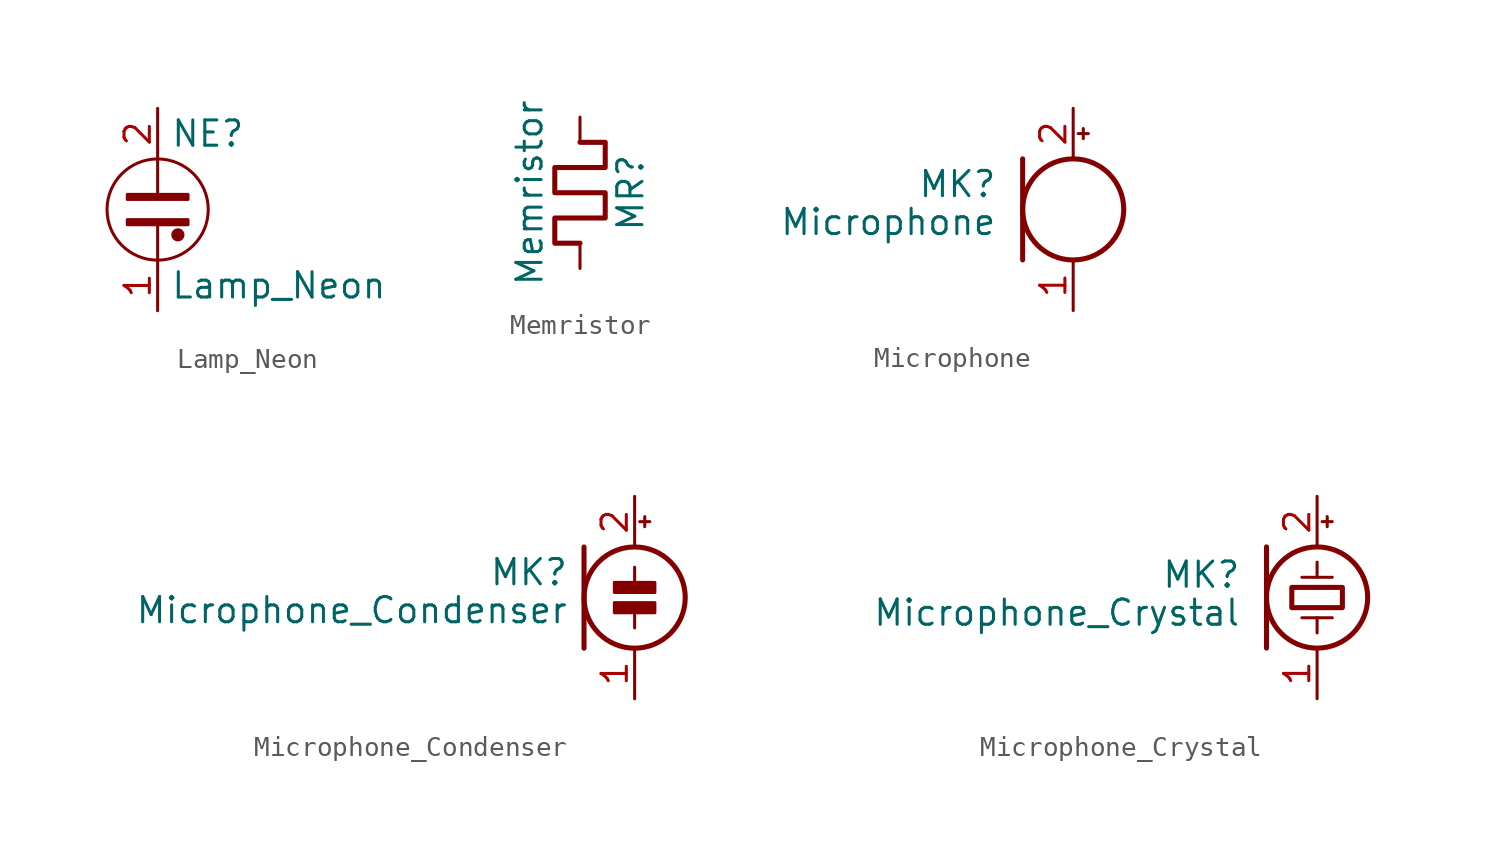
<source format=kicad_sym>
(kicad_symbol_lib
  (version 20241209)
  (generator "kicad_symbol_editor")
  (generator_version "9.0")
  (symbol "Lamp_Neon"
    (pin_names
      (offset 0.025)
      (hide yes))
    (property "Reference" "NE"
      (at 0.635 3.81 0)
      (effects (font (size 1.27 1.27)) (justify left)))
    (property "Value" "Lamp_Neon"
      (at 0.635 -3.81 0)
      (effects (font (size 1.27 1.27)) (justify left)))
    (symbol "Lamp_Neon_0_1"
      (rectangle (start -1.524 0.762) (end 1.524 0.508) (stroke (width 0) (type solid)) (fill (type outline)))
      (rectangle (start -1.524 -0.508) (end 1.524 -0.762) (stroke (width 0) (type solid)) (fill (type outline)))
      (polyline (pts (xy 0 0.762) (xy 0 2.54)) (stroke (width 0) (type solid)) (fill (type none)))
      (circle (center 0 0) (radius 2.54) (stroke (width 0) (type solid)) (fill (type none)))
      (polyline (pts (xy 0 -2.54) (xy 0 -0.762)) (stroke (width 0) (type solid)) (fill (type none)))
      (circle (center 1.016 -1.27) (radius 0.254) (stroke (width 0) (type solid)) (fill (type outline))))
    (symbol "Lamp_Neon_1_1"
      (pin passive line (at 0 5.08 270) (length 2.54) (name "~" (effects (font (size 1.27 1.27)))) (number "2" (effects (font (size 1.27 1.27)))))
      (pin passive line (at 0 -5.08 90) (length 2.54) (name "~" (effects (font (size 1.27 1.27)))) (number "1" (effects (font (size 1.27 1.27)))))))
  (symbol "Memristor"
    (pin_numbers
      (hide yes))
    (pin_names
      (offset 0))
    (property "Reference" "MR"
      (at 2.54 0 90)
      (effects (font (size 1.27 1.27))))
    (property "Value" "Memristor"
      (at -2.54 0 90)
      (effects (font (size 1.27 1.27))))
    (symbol "Memristor_0_0"
      (polyline (pts (xy 0 2.54) (xy 1.27 2.54) (xy 1.27 1.27) (xy -1.27 1.27) (xy -1.27 0) (xy 1.27 0) (xy 1.27 -1.27) (xy -1.27 -1.27) (xy -1.27 -2.54) (xy 0 -2.54)) (stroke (width 0.254) (type solid)) (fill (type none))))
    (symbol "Memristor_1_1"
      (pin passive line (at 0 3.81 270) (length 1.27) (name "~" (effects (font (size 1.27 1.27)))) (number "1" (effects (font (size 1.27 1.27)))))
      (pin passive line (at 0 -3.81 90) (length 1.27) (name "~" (effects (font (size 1.27 1.27)))) (number "2" (effects (font (size 1.27 1.27)))))))
  (symbol "Microphone"
    (pin_names
      (offset 0.025)
      (hide yes))
    (property "Reference" "MK"
      (at -3.81 1.27 0)
      (effects (font (size 1.27 1.27)) (justify right)))
    (property "Value" "Microphone"
      (at -3.81 -0.635 0)
      (effects (font (size 1.27 1.27)) (justify right)))
    (symbol "Microphone_0_1"
      (polyline (pts (xy -2.54 2.54) (xy -2.54 -2.54)) (stroke (width 0.254) (type solid)) (fill (type none)))
      (circle (center 0 0) (radius 2.54) (stroke (width 0.254) (type solid)) (fill (type none)))
      (polyline (pts (xy 0.254 3.81) (xy 0.762 3.81)) (stroke (width 0) (type solid)) (fill (type none)))
      (polyline (pts (xy 0.508 4.064) (xy 0.508 3.556)) (stroke (width 0) (type solid)) (fill (type none))))
    (symbol "Microphone_1_1"
      (pin passive line (at 0 5.08 270) (length 2.54) (name "+" (effects (font (size 1.27 1.27)))) (number "2" (effects (font (size 1.27 1.27)))))
      (pin passive line (at 0 -5.08 90) (length 2.54) (name "-" (effects (font (size 1.27 1.27)))) (number "1" (effects (font (size 1.27 1.27)))))))
  (symbol "Microphone_Condenser"
    (pin_names
      (offset 0.025)
      (hide yes))
    (property "Reference" "MK"
      (at -3.302 1.27 0)
      (effects (font (size 1.27 1.27)) (justify right)))
    (property "Value" "Microphone_Condenser"
      (at -3.302 -0.635 0)
      (effects (font (size 1.27 1.27)) (justify right)))
    (symbol "Microphone_Condenser_0_1"
      (polyline (pts (xy -2.54 2.54) (xy -2.54 -2.54)) (stroke (width 0.254) (type solid)) (fill (type none)))
      (polyline (pts (xy 0 0.762) (xy 0 1.524)) (stroke (width 0) (type solid)) (fill (type none)))
      (circle (center 0 0) (radius 2.54) (stroke (width 0.254) (type solid)) (fill (type none)))
      (polyline (pts (xy 0 -0.762) (xy 0 -1.524)) (stroke (width 0) (type solid)) (fill (type none)))
      (polyline (pts (xy 0.254 3.81) (xy 0.762 3.81)) (stroke (width 0) (type solid)) (fill (type none)))
      (polyline (pts (xy 0.508 4.064) (xy 0.508 3.556)) (stroke (width 0) (type solid)) (fill (type none)))
      (rectangle (start 1.016 0.762) (end -1.016 0.254) (stroke (width 0) (type solid)) (fill (type outline)))
      (rectangle (start 1.016 -0.254) (end -1.016 -0.762) (stroke (width 0) (type solid)) (fill (type outline))))
    (symbol "Microphone_Condenser_1_1"
      (pin passive line (at 0 5.08 270) (length 2.54) (name "+" (effects (font (size 1.27 1.27)))) (number "2" (effects (font (size 1.27 1.27)))))
      (pin passive line (at 0 -5.08 90) (length 2.54) (name "-" (effects (font (size 1.27 1.27)))) (number "1" (effects (font (size 1.27 1.27)))))))
  (symbol "Microphone_Crystal"
    (pin_names
      (offset 0.025)
      (hide yes))
    (property "Reference" "MK"
      (at -3.81 1.143 0)
      (effects (font (size 1.27 1.27)) (justify right)))
    (property "Value" "Microphone_Crystal"
      (at -3.81 -0.762 0)
      (effects (font (size 1.27 1.27)) (justify right)))
    (symbol "Microphone_Crystal_0_1"
      (polyline (pts (xy -2.54 2.54) (xy -2.54 -2.54)) (stroke (width 0.254) (type solid)) (fill (type none)))
      (rectangle (start -1.27 0.508) (end 1.27 -0.508) (stroke (width 0.254) (type solid)) (fill (type none)))
      (polyline (pts (xy -0.762 1.016) (xy 0.762 1.016)) (stroke (width 0) (type solid)) (fill (type none)))
      (polyline (pts (xy -0.762 -1.016) (xy 0.762 -1.016)) (stroke (width 0) (type solid)) (fill (type none)))
      (polyline (pts (xy 0 1.016) (xy 0 1.778)) (stroke (width 0) (type solid)) (fill (type none)))
      (circle (center 0 0) (radius 2.54) (stroke (width 0.254) (type solid)) (fill (type none)))
      (polyline (pts (xy 0 -1.016) (xy 0 -1.778)) (stroke (width 0) (type solid)) (fill (type none)))
      (polyline (pts (xy 0.254 3.81) (xy 0.762 3.81)) (stroke (width 0) (type solid)) (fill (type none)))
      (polyline (pts (xy 0.508 4.064) (xy 0.508 3.556)) (stroke (width 0) (type solid)) (fill (type none))))
    (symbol "Microphone_Crystal_1_1"
      (pin passive line (at 0 5.08 270) (length 2.54) (name "+" (effects (font (size 1.27 1.27)))) (number "2" (effects (font (size 1.27 1.27)))))
      (pin passive line (at 0 -5.08 90) (length 2.54) (name "-" (effects (font (size 1.27 1.27)))) (number "1" (effects (font (size 1.27 1.27))))))))
</source>
